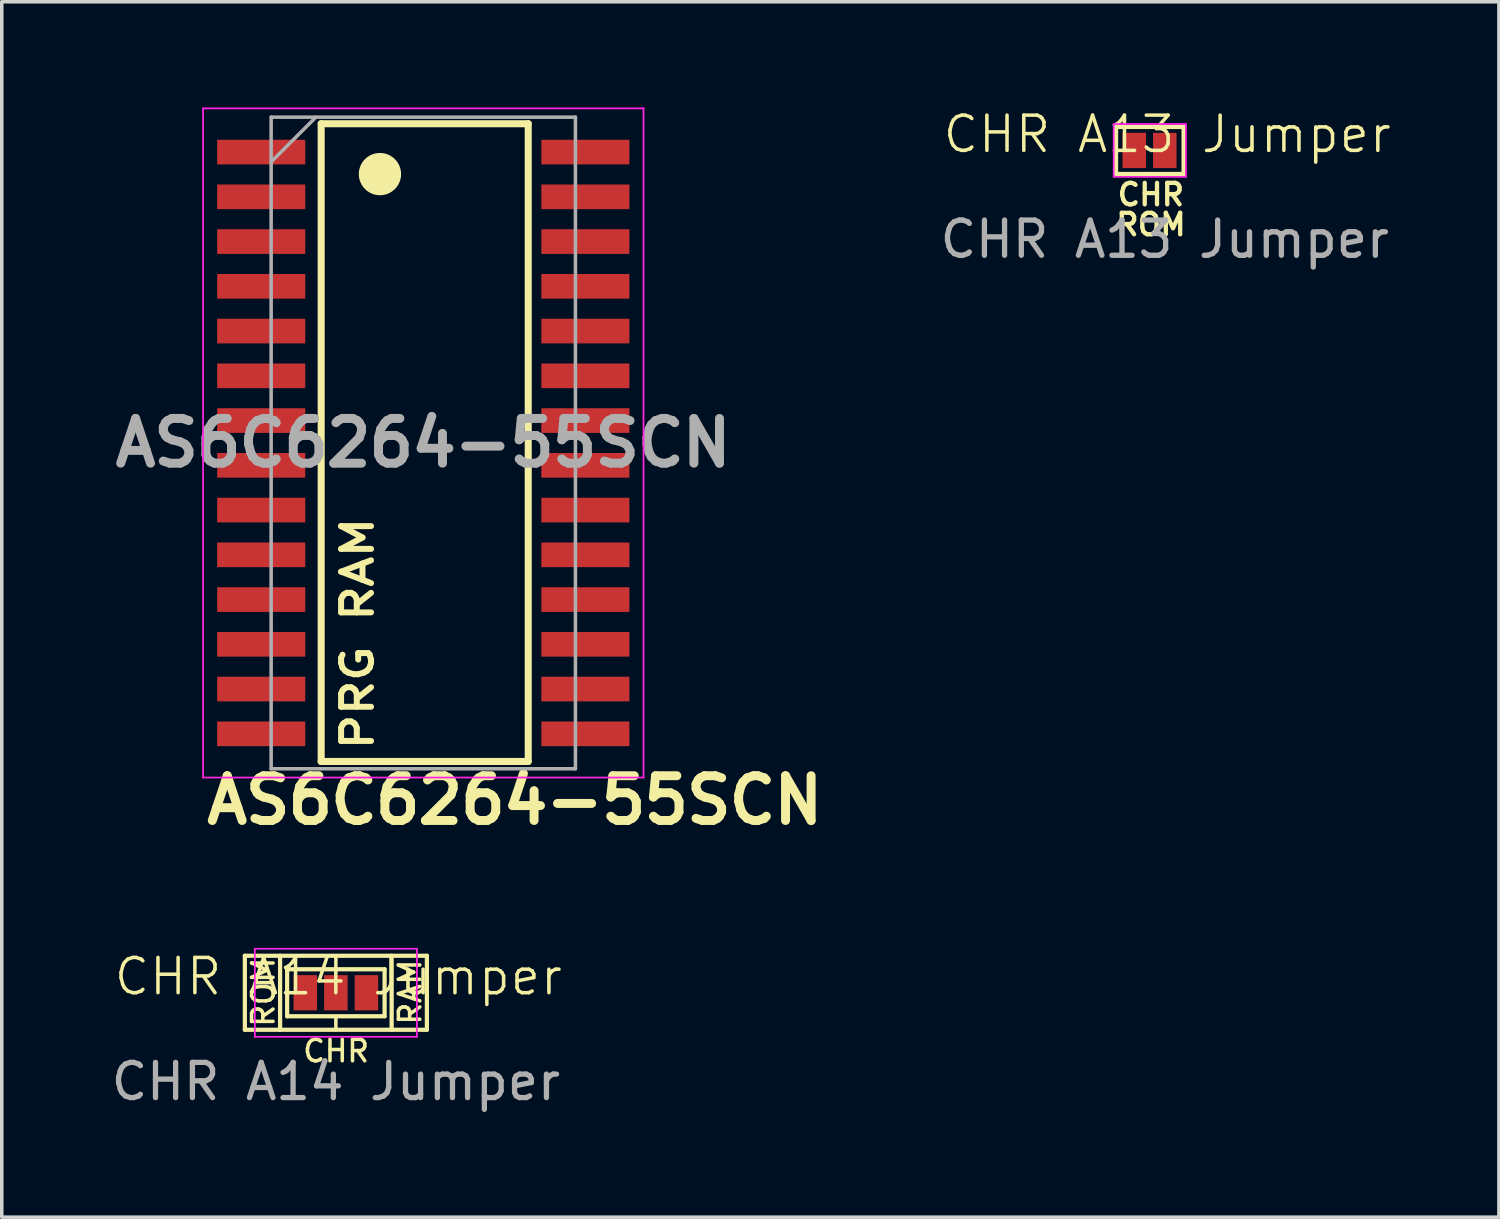
<source format=kicad_pcb>
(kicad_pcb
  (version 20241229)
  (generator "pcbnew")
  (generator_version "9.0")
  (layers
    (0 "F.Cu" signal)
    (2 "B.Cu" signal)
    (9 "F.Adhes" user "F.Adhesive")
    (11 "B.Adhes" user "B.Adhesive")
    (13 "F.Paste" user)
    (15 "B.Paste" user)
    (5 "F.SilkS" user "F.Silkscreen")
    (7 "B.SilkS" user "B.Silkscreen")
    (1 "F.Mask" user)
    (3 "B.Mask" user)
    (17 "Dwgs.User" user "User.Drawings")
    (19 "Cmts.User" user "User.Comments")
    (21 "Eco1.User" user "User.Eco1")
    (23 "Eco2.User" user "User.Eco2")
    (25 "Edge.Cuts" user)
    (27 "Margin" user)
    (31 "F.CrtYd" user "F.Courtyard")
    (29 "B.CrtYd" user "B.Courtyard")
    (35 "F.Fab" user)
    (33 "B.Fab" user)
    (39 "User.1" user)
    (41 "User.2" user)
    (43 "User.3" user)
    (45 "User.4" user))
  (footprint "CHR A14 Jumper"
    (layer "F.Cu")
    (at 6.482 25.145)
    (property "Reference" "CHR A14 Jumper" (at 0.07 -0.48 0) (unlocked yes) (layer "F.SilkS") (effects (font (size 1 1) (thickness 0.1))))
    (attr smd)
    (fp_rect (start -0.533 -0.52) (end 0.533 0.48) (stroke (width 0) (type solid)) (fill yes) (layer "F.Mask"))
    (fp_line (start -2.583 -1.07) (end 2.583 -1.07) (stroke (width 0.12) (type solid)) (layer "F.SilkS"))
    (fp_line (start -2.583 1.03) (end -2.583 -1.07) (stroke (width 0.12) (type solid)) (layer "F.SilkS"))
    (fp_line (start -1.583 1.03) (end -1.583 -1.07) (stroke (width 0.12) (type solid)) (layer "F.SilkS"))
    (fp_line (start -1.383 -0.687) (end 1.383 -0.687) (stroke (width 0.12) (type solid)) (layer "F.SilkS"))
    (fp_line (start -1.383 0.647) (end -1.383 -0.687) (stroke (width 0.12) (type solid)) (layer "F.SilkS"))
    (fp_line (start 0 -0.7) (end 0 -1.07) (stroke (width 0.1) (type solid)) (layer "F.SilkS"))
    (fp_line (start 0 0.656) (end 0 1.03) (stroke (width 0.1) (type solid)) (layer "F.SilkS"))
    (fp_line (start 1.383 -0.687) (end 1.383 0.647) (stroke (width 0.12) (type solid)) (layer "F.SilkS"))
    (fp_line (start 1.383 0.647) (end -1.383 0.647) (stroke (width 0.12) (type solid)) (layer "F.SilkS"))
    (fp_line (start 1.583 -1.07) (end 1.583 1.03) (stroke (width 0.12) (type solid)) (layer "F.SilkS"))
    (fp_line (start 2.583 -1.07) (end 2.583 1.03) (stroke (width 0.12) (type solid)) (layer "F.SilkS"))
    (fp_line (start 2.583 1.03) (end -2.583 1.03) (stroke (width 0.12) (type solid)) (layer "F.SilkS"))
    (fp_line (start -2.3 -1.27) (end -2.3 1.23) (stroke (width 0.05) (type solid)) (layer "F.CrtYd"))
    (fp_line (start -2.3 -1.27) (end 2.3 -1.27) (stroke (width 0.05) (type solid)) (layer "F.CrtYd"))
    (fp_line (start 2.3 1.23) (end -2.3 1.23) (stroke (width 0.05) (type solid)) (layer "F.CrtYd"))
    (fp_line (start 2.3 1.23) (end 2.3 -1.27) (stroke (width 0.05) (type solid)) (layer "F.CrtYd"))
    (fp_text user "RAM" (at 2.463 0.942 90) (unlocked yes) (layer "F.SilkS") (effects (font (size 0.61 0.61) (thickness 0.1) (bold yes)) (justify left bottom)))
    (fp_text user "CHR" (at -0.988 1.99 0) (unlocked yes) (layer "F.SilkS") (effects (font (size 0.61 0.61) (thickness 0.1) (bold yes)) (justify left bottom)))
    (fp_text user "ROM" (at -1.703 1.002 90) (unlocked yes) (layer "F.SilkS") (effects (font (size 0.61 0.61) (thickness 0.1)) (justify left bottom)))
    (fp_text user "${REFERENCE}" (at 0 2.5 0) (unlocked yes) (layer "F.Fab") (effects (font (size 1 1) (thickness 0.15))))
    (pad "1" smd rect (at -0.867 -0.02) (size 0.667 1) (layers "F.Cu" "F.Mask"))
    (pad "2" smd rect (at 0 -0.02) (size 0.667 1) (layers "F.Cu" "F.Mask"))
    (pad "3" smd rect (at 0.867 -0.02) (size 0.667 1) (layers "F.Cu" "F.Mask")))
  (footprint "CHR A13 Jumper"
    (layer "F.Cu")
    (at 30.007 1.24)
    (property "Reference" "CHR A13 Jumper" (at 0.07 -0.48 0) (unlocked yes) (layer "F.SilkS") (effects (font (size 1 1) (thickness 0.1))))
    (attr smd)
    (fp_rect (start -0.533 -0.52) (end -0.327 0.48) (stroke (width 0) (type solid)) (fill yes) (layer "F.Mask"))
    (fp_line (start -1.383 -0.687) (end 0.533 -0.687) (stroke (width 0.12) (type solid)) (layer "F.SilkS"))
    (fp_line (start -1.383 0.647) (end -1.383 -0.687) (stroke (width 0.12) (type solid)) (layer "F.SilkS"))
    (fp_line (start 0.533 -0.687) (end 0.533 0.647) (stroke (width 0.12) (type solid)) (layer "F.SilkS"))
    (fp_line (start 0.533 0.647) (end -1.383 0.647) (stroke (width 0.12) (type solid)) (layer "F.SilkS"))
    (fp_line (start -1.45 -0.77) (end -1.45 0.73) (stroke (width 0.05) (type solid)) (layer "F.CrtYd"))
    (fp_line (start -1.45 -0.77) (end 0.6 -0.77) (stroke (width 0.05) (type solid)) (layer "F.CrtYd"))
    (fp_line (start 0.6 0.73) (end -1.45 0.73) (stroke (width 0.05) (type solid)) (layer "F.CrtYd"))
    (fp_line (start 0.6 0.73) (end 0.6 -0.77) (stroke (width 0.05) (type solid)) (layer "F.CrtYd"))
    (fp_text user "ROM" (at -1.445 2.44 0) (unlocked yes) (layer "F.SilkS") (effects (font (size 0.61 0.61) (thickness 0.122) (bold yes)) (justify left bottom)))
    (fp_text user "CHR" (at -1.405 1.59 0) (unlocked yes) (layer "F.SilkS") (effects (font (size 0.61 0.61) (thickness 0.122) (bold yes)) (justify left bottom)))
    (fp_text user "${REFERENCE}" (at 0 2.5 0) (unlocked yes) (layer "F.Fab") (effects (font (size 1 1) (thickness 0.15))))
    (pad "1" smd rect (at -0.867 -0.02) (size 0.667 1) (layers "F.Cu" "F.Mask"))
    (pad "2" smd rect (at 0 -0.02) (size 0.667 1) (layers "F.Cu" "F.Mask")))
  (footprint "AS6C6264-55SCN"
    (layer "F.Cu")
    (at 8.963 9.521)
    (property "Reference" "AS6C6264-55SCN" (at 2.6 10.14 0) (layer "F.SilkS") (effects (font (size 1.27 1.27) (thickness 0.254))))
    (attr smd)
    (fp_line (start -2.898 -9.06) (end -2.898 9.04) (stroke (width 0.2) (type solid)) (layer "F.SilkS"))
    (fp_line (start -2.898 -9.06) (end 2.978 -9.06) (stroke (width 0.2) (type solid)) (layer "F.SilkS"))
    (fp_line (start 2.978 -9.06) (end 2.978 9.04) (stroke (width 0.2) (type solid)) (layer "F.SilkS"))
    (fp_line (start 2.978 9.04) (end -2.898 9.04) (stroke (width 0.2) (type solid)) (layer "F.SilkS"))
    (fp_circle (center -1.23 -7.63) (end -1.23 -8.23) (stroke (width 0) (type solid)) (fill yes) (layer "F.SilkS"))
    (fp_line (start -6.25 -9.496) (end 6.25 -9.496) (stroke (width 0.05) (type solid)) (layer "F.CrtYd"))
    (fp_line (start -6.25 9.496) (end -6.25 -9.496) (stroke (width 0.05) (type solid)) (layer "F.CrtYd"))
    (fp_line (start 6.25 -9.496) (end 6.25 9.496) (stroke (width 0.05) (type solid)) (layer "F.CrtYd"))
    (fp_line (start 6.25 9.496) (end -6.25 9.496) (stroke (width 0.05) (type solid)) (layer "F.CrtYd"))
    (fp_line (start -4.318 -9.246) (end 4.318 -9.246) (stroke (width 0.1) (type solid)) (layer "F.Fab"))
    (fp_line (start -4.318 -7.976) (end -3.048 -9.246) (stroke (width 0.1) (type solid)) (layer "F.Fab"))
    (fp_line (start -4.318 9.246) (end -4.318 -9.246) (stroke (width 0.1) (type solid)) (layer "F.Fab"))
    (fp_line (start 4.318 -9.246) (end 4.318 9.246) (stroke (width 0.1) (type solid)) (layer "F.Fab"))
    (fp_line (start 4.318 9.246) (end -4.318 9.246) (stroke (width 0.1) (type solid)) (layer "F.Fab"))
    (fp_text user "PRG RAM" (at -1.37 8.8 90) (unlocked yes) (layer "F.SilkS") (effects (font (size 0.85 0.97) (thickness 0.17) (bold yes)) (justify left bottom)))
    (fp_text user "${REFERENCE}" (at 0 0 0) (layer "F.Fab") (effects (font (size 1.27 1.27) (thickness 0.254))))
    (pad "1" smd rect (at -4.6 -8.255 90) (size 0.7 2.5) (layers "F.Cu" "F.Mask" "F.Paste"))
    (pad "2" smd rect (at -4.6 -6.985 90) (size 0.7 2.5) (layers "F.Cu" "F.Mask" "F.Paste"))
    (pad "3" smd rect (at -4.6 -5.715 90) (size 0.7 2.5) (layers "F.Cu" "F.Mask" "F.Paste"))
    (pad "4" smd rect (at -4.6 -4.445 90) (size 0.7 2.5) (layers "F.Cu" "F.Mask" "F.Paste"))
    (pad "5" smd rect (at -4.6 -3.175 90) (size 0.7 2.5) (layers "F.Cu" "F.Mask" "F.Paste"))
    (pad "6" smd rect (at -4.6 -1.905 90) (size 0.7 2.5) (layers "F.Cu" "F.Mask" "F.Paste"))
    (pad "7" smd rect (at -4.6 -0.635 90) (size 0.7 2.5) (layers "F.Cu" "F.Mask" "F.Paste"))
    (pad "8" smd rect (at -4.6 0.635 90) (size 0.7 2.5) (layers "F.Cu" "F.Mask" "F.Paste"))
    (pad "9" smd rect (at -4.6 1.905 90) (size 0.7 2.5) (layers "F.Cu" "F.Mask" "F.Paste"))
    (pad "10" smd rect (at -4.6 3.175 90) (size 0.7 2.5) (layers "F.Cu" "F.Mask" "F.Paste"))
    (pad "11" smd rect (at -4.6 4.445 90) (size 0.7 2.5) (layers "F.Cu" "F.Mask" "F.Paste"))
    (pad "12" smd rect (at -4.6 5.715 90) (size 0.7 2.5) (layers "F.Cu" "F.Mask" "F.Paste"))
    (pad "13" smd rect (at -4.6 6.985 90) (size 0.7 2.5) (layers "F.Cu" "F.Mask" "F.Paste"))
    (pad "14" smd rect (at -4.6 8.255 90) (size 0.7 2.5) (layers "F.Cu" "F.Mask" "F.Paste"))
    (pad "15" smd rect (at 4.6 8.255 90) (size 0.7 2.5) (layers "F.Cu" "F.Mask" "F.Paste"))
    (pad "16" smd rect (at 4.6 6.985 90) (size 0.7 2.5) (layers "F.Cu" "F.Mask" "F.Paste"))
    (pad "17" smd rect (at 4.6 5.715 90) (size 0.7 2.5) (layers "F.Cu" "F.Mask" "F.Paste"))
    (pad "18" smd rect (at 4.6 4.445 90) (size 0.7 2.5) (layers "F.Cu" "F.Mask" "F.Paste"))
    (pad "19" smd rect (at 4.6 3.175 90) (size 0.7 2.5) (layers "F.Cu" "F.Mask" "F.Paste"))
    (pad "20" smd rect (at 4.6 1.905 90) (size 0.7 2.5) (layers "F.Cu" "F.Mask" "F.Paste"))
    (pad "21" smd rect (at 4.6 0.635 90) (size 0.7 2.5) (layers "F.Cu" "F.Mask" "F.Paste"))
    (pad "22" smd rect (at 4.6 -0.635 90) (size 0.7 2.5) (layers "F.Cu" "F.Mask" "F.Paste"))
    (pad "23" smd rect (at 4.6 -1.905 90) (size 0.7 2.5) (layers "F.Cu" "F.Mask" "F.Paste"))
    (pad "24" smd rect (at 4.6 -3.175 90) (size 0.7 2.5) (layers "F.Cu" "F.Mask" "F.Paste"))
    (pad "25" smd rect (at 4.6 -4.445 90) (size 0.7 2.5) (layers "F.Cu" "F.Mask" "F.Paste"))
    (pad "26" smd rect (at 4.6 -5.715 90) (size 0.7 2.5) (layers "F.Cu" "F.Mask" "F.Paste"))
    (pad "27" smd rect (at 4.6 -6.985 90) (size 0.7 2.5) (layers "F.Cu" "F.Mask" "F.Paste"))
    (pad "28" smd rect (at 4.6 -8.255 90) (size 0.7 2.5) (layers "F.Cu" "F.Mask" "F.Paste")))
  (gr_rect
    (start -3 -3)
    (end 39.489 31.493)
    (stroke (width 0.1) (type default))
    (fill no)
    (layer "Edge.Cuts")))
</source>
